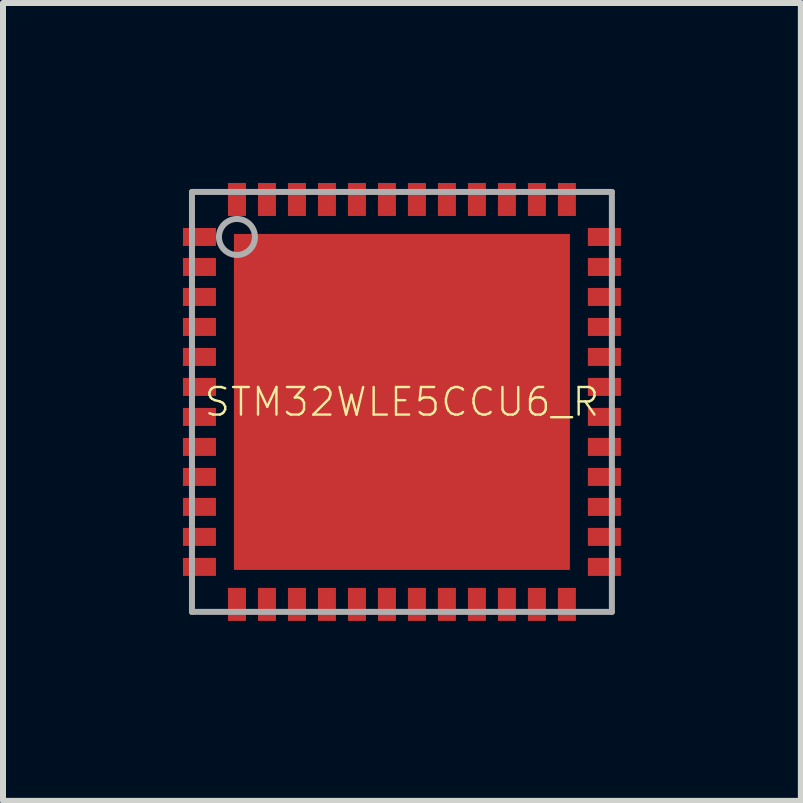
<source format=kicad_pcb>
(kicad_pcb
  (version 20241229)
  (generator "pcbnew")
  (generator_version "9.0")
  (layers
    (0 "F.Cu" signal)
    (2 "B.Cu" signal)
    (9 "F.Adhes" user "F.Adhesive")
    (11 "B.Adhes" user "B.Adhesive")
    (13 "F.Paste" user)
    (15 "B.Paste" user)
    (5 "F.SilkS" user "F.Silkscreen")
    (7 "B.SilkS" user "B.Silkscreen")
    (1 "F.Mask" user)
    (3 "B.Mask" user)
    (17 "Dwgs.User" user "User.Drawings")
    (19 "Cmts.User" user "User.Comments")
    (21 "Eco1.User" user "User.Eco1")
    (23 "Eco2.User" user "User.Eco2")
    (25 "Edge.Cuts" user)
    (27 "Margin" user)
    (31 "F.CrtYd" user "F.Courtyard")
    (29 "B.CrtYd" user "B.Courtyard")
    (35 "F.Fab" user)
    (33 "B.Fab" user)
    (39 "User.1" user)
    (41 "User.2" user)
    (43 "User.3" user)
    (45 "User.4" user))
  (footprint "STM32WLE5CCU6_R"
    (layer "F.Cu")
    (at 3.65 3.65)
    (property "Reference" "STM32WLE5CCU6_R" (at 0 0 0) (unlocked yes) (layer "F.SilkS") (effects (font (size 0.46 0.46) (thickness 0.04))))
    (fp_poly (pts (xy -3.1 -2.6) (xy -3.65 -2.6) (xy -3.65 -2.9) (xy -3.1 -2.9)) (stroke (width 0) (type default)) (fill yes) (layer "F.Paste"))
    (fp_poly (pts (xy -3.1 -2.1) (xy -3.65 -2.1) (xy -3.65 -2.4) (xy -3.1 -2.4)) (stroke (width 0) (type default)) (fill yes) (layer "F.Paste"))
    (fp_poly (pts (xy -3.1 -1.6) (xy -3.65 -1.6) (xy -3.65 -1.9) (xy -3.1 -1.9)) (stroke (width 0) (type default)) (fill yes) (layer "F.Paste"))
    (fp_poly (pts (xy -3.1 -1.1) (xy -3.65 -1.1) (xy -3.65 -1.4) (xy -3.1 -1.4)) (stroke (width 0) (type default)) (fill yes) (layer "F.Paste"))
    (fp_poly (pts (xy -3.1 -0.6) (xy -3.65 -0.6) (xy -3.65 -0.9) (xy -3.1 -0.9)) (stroke (width 0) (type default)) (fill yes) (layer "F.Paste"))
    (fp_poly (pts (xy -3.1 -0.1) (xy -3.65 -0.1) (xy -3.65 -0.4) (xy -3.1 -0.4)) (stroke (width 0) (type default)) (fill yes) (layer "F.Paste"))
    (fp_poly (pts (xy -3.1 0.4) (xy -3.65 0.4) (xy -3.65 0.1) (xy -3.1 0.1)) (stroke (width 0) (type default)) (fill yes) (layer "F.Paste"))
    (fp_poly (pts (xy -3.1 0.9) (xy -3.65 0.9) (xy -3.65 0.6) (xy -3.1 0.6)) (stroke (width 0) (type default)) (fill yes) (layer "F.Paste"))
    (fp_poly (pts (xy -3.1 1.4) (xy -3.65 1.4) (xy -3.65 1.1) (xy -3.1 1.1)) (stroke (width 0) (type default)) (fill yes) (layer "F.Paste"))
    (fp_poly (pts (xy -3.1 1.9) (xy -3.65 1.9) (xy -3.65 1.6) (xy -3.1 1.6)) (stroke (width 0) (type default)) (fill yes) (layer "F.Paste"))
    (fp_poly (pts (xy -3.1 2.4) (xy -3.65 2.4) (xy -3.65 2.1) (xy -3.1 2.1)) (stroke (width 0) (type default)) (fill yes) (layer "F.Paste"))
    (fp_poly (pts (xy -3.1 2.9) (xy -3.65 2.9) (xy -3.65 2.6) (xy -3.1 2.6)) (stroke (width 0) (type default)) (fill yes) (layer "F.Paste"))
    (fp_poly (pts (xy -2.6 -3.1) (xy -2.9 -3.1) (xy -2.9 -3.65) (xy -2.6 -3.65)) (stroke (width 0) (type default)) (fill yes) (layer "F.Paste"))
    (fp_poly (pts (xy -2.6 3.65) (xy -2.9 3.65) (xy -2.9 3.1) (xy -2.6 3.1)) (stroke (width 0) (type default)) (fill yes) (layer "F.Paste"))
    (fp_poly (pts (xy -2.1 -3.1) (xy -2.4 -3.1) (xy -2.4 -3.65) (xy -2.1 -3.65)) (stroke (width 0) (type default)) (fill yes) (layer "F.Paste"))
    (fp_poly (pts (xy -2.1 3.65) (xy -2.4 3.65) (xy -2.4 3.1) (xy -2.1 3.1)) (stroke (width 0) (type default)) (fill yes) (layer "F.Paste"))
    (fp_poly (pts (xy -1.6 -3.1) (xy -1.9 -3.1) (xy -1.9 -3.65) (xy -1.6 -3.65)) (stroke (width 0) (type default)) (fill yes) (layer "F.Paste"))
    (fp_poly (pts (xy -1.6 3.65) (xy -1.9 3.65) (xy -1.9 3.1) (xy -1.6 3.1)) (stroke (width 0) (type default)) (fill yes) (layer "F.Paste"))
    (fp_poly (pts (xy -1.1 -3.1) (xy -1.4 -3.1) (xy -1.4 -3.65) (xy -1.1 -3.65)) (stroke (width 0) (type default)) (fill yes) (layer "F.Paste"))
    (fp_poly (pts (xy -1.1 3.65) (xy -1.4 3.65) (xy -1.4 3.1) (xy -1.1 3.1)) (stroke (width 0) (type default)) (fill yes) (layer "F.Paste"))
    (fp_poly (pts (xy -1.05 -1.05) (xy -2.6 -1.05) (xy -2.6 -2.6) (xy -1.05 -2.6)) (stroke (width 0) (type default)) (fill yes) (layer "F.Paste"))
    (fp_poly (pts (xy -1.05 0.775) (xy -2.6 0.775) (xy -2.6 -0.775) (xy -1.05 -0.775)) (stroke (width 0) (type default)) (fill yes) (layer "F.Paste"))
    (fp_poly (pts (xy -1.05 2.6) (xy -2.6 2.6) (xy -2.6 1.05) (xy -1.05 1.05)) (stroke (width 0) (type default)) (fill yes) (layer "F.Paste"))
    (fp_poly (pts (xy -0.6 -3.1) (xy -0.9 -3.1) (xy -0.9 -3.65) (xy -0.6 -3.65)) (stroke (width 0) (type default)) (fill yes) (layer "F.Paste"))
    (fp_poly (pts (xy -0.6 3.65) (xy -0.9 3.65) (xy -0.9 3.1) (xy -0.6 3.1)) (stroke (width 0) (type default)) (fill yes) (layer "F.Paste"))
    (fp_poly (pts (xy -0.1 -3.1) (xy -0.4 -3.1) (xy -0.4 -3.65) (xy -0.1 -3.65)) (stroke (width 0) (type default)) (fill yes) (layer "F.Paste"))
    (fp_poly (pts (xy -0.1 3.65) (xy -0.4 3.65) (xy -0.4 3.1) (xy -0.1 3.1)) (stroke (width 0) (type default)) (fill yes) (layer "F.Paste"))
    (fp_poly (pts (xy 0.4 -3.1) (xy 0.1 -3.1) (xy 0.1 -3.65) (xy 0.4 -3.65)) (stroke (width 0) (type default)) (fill yes) (layer "F.Paste"))
    (fp_poly (pts (xy 0.4 3.65) (xy 0.1 3.65) (xy 0.1 3.1) (xy 0.4 3.1)) (stroke (width 0) (type default)) (fill yes) (layer "F.Paste"))
    (fp_poly (pts (xy 0.775 -1.05) (xy -0.775 -1.05) (xy -0.775 -2.6) (xy 0.775 -2.6)) (stroke (width 0) (type default)) (fill yes) (layer "F.Paste"))
    (fp_poly (pts (xy 0.775 0.775) (xy -0.775 0.775) (xy -0.775 -0.775) (xy 0.775 -0.775)) (stroke (width 0) (type default)) (fill yes) (layer "F.Paste"))
    (fp_poly (pts (xy 0.775 2.6) (xy -0.775 2.6) (xy -0.775 1.05) (xy 0.775 1.05)) (stroke (width 0) (type default)) (fill yes) (layer "F.Paste"))
    (fp_poly (pts (xy 0.9 -3.1) (xy 0.6 -3.1) (xy 0.6 -3.65) (xy 0.9 -3.65)) (stroke (width 0) (type default)) (fill yes) (layer "F.Paste"))
    (fp_poly (pts (xy 0.9 3.65) (xy 0.6 3.65) (xy 0.6 3.1) (xy 0.9 3.1)) (stroke (width 0) (type default)) (fill yes) (layer "F.Paste"))
    (fp_poly (pts (xy 1.4 -3.1) (xy 1.1 -3.1) (xy 1.1 -3.65) (xy 1.4 -3.65)) (stroke (width 0) (type default)) (fill yes) (layer "F.Paste"))
    (fp_poly (pts (xy 1.4 3.65) (xy 1.1 3.65) (xy 1.1 3.1) (xy 1.4 3.1)) (stroke (width 0) (type default)) (fill yes) (layer "F.Paste"))
    (fp_poly (pts (xy 1.9 -3.1) (xy 1.6 -3.1) (xy 1.6 -3.65) (xy 1.9 -3.65)) (stroke (width 0) (type default)) (fill yes) (layer "F.Paste"))
    (fp_poly (pts (xy 1.9 3.65) (xy 1.6 3.65) (xy 1.6 3.1) (xy 1.9 3.1)) (stroke (width 0) (type default)) (fill yes) (layer "F.Paste"))
    (fp_poly (pts (xy 2.4 -3.1) (xy 2.1 -3.1) (xy 2.1 -3.65) (xy 2.4 -3.65)) (stroke (width 0) (type default)) (fill yes) (layer "F.Paste"))
    (fp_poly (pts (xy 2.4 3.65) (xy 2.1 3.65) (xy 2.1 3.1) (xy 2.4 3.1)) (stroke (width 0) (type default)) (fill yes) (layer "F.Paste"))
    (fp_poly (pts (xy 2.6 -1.05) (xy 1.05 -1.05) (xy 1.05 -2.6) (xy 2.6 -2.6)) (stroke (width 0) (type default)) (fill yes) (layer "F.Paste"))
    (fp_poly (pts (xy 2.6 0.775) (xy 1.05 0.775) (xy 1.05 -0.775) (xy 2.6 -0.775)) (stroke (width 0) (type default)) (fill yes) (layer "F.Paste"))
    (fp_poly (pts (xy 2.6 2.6) (xy 1.05 2.6) (xy 1.05 1.05) (xy 2.6 1.05)) (stroke (width 0) (type default)) (fill yes) (layer "F.Paste"))
    (fp_poly (pts (xy 2.9 -3.1) (xy 2.6 -3.1) (xy 2.6 -3.65) (xy 2.9 -3.65)) (stroke (width 0) (type default)) (fill yes) (layer "F.Paste"))
    (fp_poly (pts (xy 2.9 3.65) (xy 2.6 3.65) (xy 2.6 3.1) (xy 2.9 3.1)) (stroke (width 0) (type default)) (fill yes) (layer "F.Paste"))
    (fp_poly (pts (xy 3.65 -2.6) (xy 3.1 -2.6) (xy 3.1 -2.9) (xy 3.65 -2.9)) (stroke (width 0) (type default)) (fill yes) (layer "F.Paste"))
    (fp_poly (pts (xy 3.65 -2.1) (xy 3.1 -2.1) (xy 3.1 -2.4) (xy 3.65 -2.4)) (stroke (width 0) (type default)) (fill yes) (layer "F.Paste"))
    (fp_poly (pts (xy 3.65 -1.6) (xy 3.1 -1.6) (xy 3.1 -1.9) (xy 3.65 -1.9)) (stroke (width 0) (type default)) (fill yes) (layer "F.Paste"))
    (fp_poly (pts (xy 3.65 -1.1) (xy 3.1 -1.1) (xy 3.1 -1.4) (xy 3.65 -1.4)) (stroke (width 0) (type default)) (fill yes) (layer "F.Paste"))
    (fp_poly (pts (xy 3.65 -0.6) (xy 3.1 -0.6) (xy 3.1 -0.9) (xy 3.65 -0.9)) (stroke (width 0) (type default)) (fill yes) (layer "F.Paste"))
    (fp_poly (pts (xy 3.65 -0.1) (xy 3.1 -0.1) (xy 3.1 -0.4) (xy 3.65 -0.4)) (stroke (width 0) (type default)) (fill yes) (layer "F.Paste"))
    (fp_poly (pts (xy 3.65 0.4) (xy 3.1 0.4) (xy 3.1 0.1) (xy 3.65 0.1)) (stroke (width 0) (type default)) (fill yes) (layer "F.Paste"))
    (fp_poly (pts (xy 3.65 0.9) (xy 3.1 0.9) (xy 3.1 0.6) (xy 3.65 0.6)) (stroke (width 0) (type default)) (fill yes) (layer "F.Paste"))
    (fp_poly (pts (xy 3.65 1.4) (xy 3.1 1.4) (xy 3.1 1.1) (xy 3.65 1.1)) (stroke (width 0) (type default)) (fill yes) (layer "F.Paste"))
    (fp_poly (pts (xy 3.65 1.9) (xy 3.1 1.9) (xy 3.1 1.6) (xy 3.65 1.6)) (stroke (width 0) (type default)) (fill yes) (layer "F.Paste"))
    (fp_poly (pts (xy 3.65 2.4) (xy 3.1 2.4) (xy 3.1 2.1) (xy 3.65 2.1)) (stroke (width 0) (type default)) (fill yes) (layer "F.Paste"))
    (fp_poly (pts (xy 3.65 2.9) (xy 3.1 2.9) (xy 3.1 2.6) (xy 3.65 2.6)) (stroke (width 0) (type default)) (fill yes) (layer "F.Paste"))
    (fp_line (start -3.5 -3.5) (end 3.5 -3.5) (stroke (width 0.1) (type solid)) (layer "F.Fab"))
    (fp_line (start -3.5 3.5) (end -3.5 -3.5) (stroke (width 0.1) (type solid)) (layer "F.Fab"))
    (fp_line (start 3.5 -3.5) (end 3.5 3.5) (stroke (width 0.1) (type solid)) (layer "F.Fab"))
    (fp_line (start 3.5 3.5) (end -3.5 3.5) (stroke (width 0.1) (type solid)) (layer "F.Fab"))
    (fp_circle (center -2.75 -2.75) (end -2.45 -2.75) (stroke (width 0.1) (type solid)) (fill no) (layer "F.Fab"))
    (pad "0" smd rect (at 0 0) (size 5.6 5.6) (layers "F.Cu" "F.Mask"))
    (pad "1" smd rect (at -3.375 -2.75) (size 0.55 0.3) (layers "F.Cu" "F.Mask"))
    (pad "2" smd rect (at -3.375 -2.25) (size 0.55 0.3) (layers "F.Cu" "F.Mask"))
    (pad "3" smd rect (at -3.375 -1.75) (size 0.55 0.3) (layers "F.Cu" "F.Mask"))
    (pad "4" smd rect (at -3.375 -1.25) (size 0.55 0.3) (layers "F.Cu" "F.Mask"))
    (pad "5" smd rect (at -3.375 -0.75) (size 0.55 0.3) (layers "F.Cu" "F.Mask"))
    (pad "6" smd rect (at -3.375 -0.25) (size 0.55 0.3) (layers "F.Cu" "F.Mask"))
    (pad "7" smd rect (at -3.375 0.25) (size 0.55 0.3) (layers "F.Cu" "F.Mask"))
    (pad "8" smd rect (at -3.375 0.75) (size 0.55 0.3) (layers "F.Cu" "F.Mask"))
    (pad "9" smd rect (at -3.375 1.25) (size 0.55 0.3) (layers "F.Cu" "F.Mask"))
    (pad "10" smd rect (at -3.375 1.75) (size 0.55 0.3) (layers "F.Cu" "F.Mask"))
    (pad "11" smd rect (at -3.375 2.25) (size 0.55 0.3) (layers "F.Cu" "F.Mask"))
    (pad "12" smd rect (at -3.375 2.75) (size 0.55 0.3) (layers "F.Cu" "F.Mask"))
    (pad "13" smd rect (at -2.75 3.375 90) (size 0.55 0.3) (layers "F.Cu" "F.Mask"))
    (pad "14" smd rect (at -2.25 3.375 90) (size 0.55 0.3) (layers "F.Cu" "F.Mask"))
    (pad "15" smd rect (at -1.75 3.375 90) (size 0.55 0.3) (layers "F.Cu" "F.Mask"))
    (pad "16" smd rect (at -1.25 3.375 90) (size 0.55 0.3) (layers "F.Cu" "F.Mask"))
    (pad "17" smd rect (at -0.75 3.375 90) (size 0.55 0.3) (layers "F.Cu" "F.Mask"))
    (pad "18" smd rect (at -0.25 3.375 90) (size 0.55 0.3) (layers "F.Cu" "F.Mask"))
    (pad "19" smd rect (at 0.25 3.375 90) (size 0.55 0.3) (layers "F.Cu" "F.Mask"))
    (pad "20" smd rect (at 0.75 3.375 90) (size 0.55 0.3) (layers "F.Cu" "F.Mask"))
    (pad "21" smd rect (at 1.25 3.375 90) (size 0.55 0.3) (layers "F.Cu" "F.Mask"))
    (pad "22" smd rect (at 1.75 3.375 90) (size 0.55 0.3) (layers "F.Cu" "F.Mask"))
    (pad "23" smd rect (at 2.25 3.375 90) (size 0.55 0.3) (layers "F.Cu" "F.Mask"))
    (pad "24" smd rect (at 2.75 3.375 90) (size 0.55 0.3) (layers "F.Cu" "F.Mask"))
    (pad "25" smd rect (at 3.375 2.75 180) (size 0.55 0.3) (layers "F.Cu" "F.Mask"))
    (pad "26" smd rect (at 3.375 2.25 180) (size 0.55 0.3) (layers "F.Cu" "F.Mask"))
    (pad "27" smd rect (at 3.375 1.75 180) (size 0.55 0.3) (layers "F.Cu" "F.Mask"))
    (pad "28" smd rect (at 3.375 1.25 180) (size 0.55 0.3) (layers "F.Cu" "F.Mask"))
    (pad "29" smd rect (at 3.375 0.75 180) (size 0.55 0.3) (layers "F.Cu" "F.Mask"))
    (pad "30" smd rect (at 3.375 0.25 180) (size 0.55 0.3) (layers "F.Cu" "F.Mask"))
    (pad "31" smd rect (at 3.375 -0.25 180) (size 0.55 0.3) (layers "F.Cu" "F.Mask"))
    (pad "32" smd rect (at 3.375 -0.75 180) (size 0.55 0.3) (layers "F.Cu" "F.Mask"))
    (pad "33" smd rect (at 3.375 -1.25 180) (size 0.55 0.3) (layers "F.Cu" "F.Mask"))
    (pad "34" smd rect (at 3.375 -1.75 180) (size 0.55 0.3) (layers "F.Cu" "F.Mask"))
    (pad "35" smd rect (at 3.375 -2.25 180) (size 0.55 0.3) (layers "F.Cu" "F.Mask"))
    (pad "36" smd rect (at 3.375 -2.75 180) (size 0.55 0.3) (layers "F.Cu" "F.Mask"))
    (pad "37" smd rect (at 2.75 -3.375 270) (size 0.55 0.3) (layers "F.Cu" "F.Mask"))
    (pad "38" smd rect (at 2.25 -3.375 270) (size 0.55 0.3) (layers "F.Cu" "F.Mask"))
    (pad "39" smd rect (at 1.75 -3.375 270) (size 0.55 0.3) (layers "F.Cu" "F.Mask"))
    (pad "40" smd rect (at 1.25 -3.375 270) (size 0.55 0.3) (layers "F.Cu" "F.Mask"))
    (pad "41" smd rect (at 0.75 -3.375 270) (size 0.55 0.3) (layers "F.Cu" "F.Mask"))
    (pad "42" smd rect (at 0.25 -3.375 270) (size 0.55 0.3) (layers "F.Cu" "F.Mask"))
    (pad "43" smd rect (at -0.25 -3.375 270) (size 0.55 0.3) (layers "F.Cu" "F.Mask"))
    (pad "44" smd rect (at -0.75 -3.375 270) (size 0.55 0.3) (layers "F.Cu" "F.Mask"))
    (pad "45" smd rect (at -1.25 -3.375 270) (size 0.55 0.3) (layers "F.Cu" "F.Mask"))
    (pad "46" smd rect (at -1.75 -3.375 270) (size 0.55 0.3) (layers "F.Cu" "F.Mask"))
    (pad "47" smd rect (at -2.25 -3.375 270) (size 0.55 0.3) (layers "F.Cu" "F.Mask"))
    (pad "48" smd rect (at -2.75 -3.375 270) (size 0.55 0.3) (layers "F.Cu" "F.Mask")))
  (gr_rect
    (start -3 -3)
    (end 10.3 10.3)
    (stroke (width 0.1) (type default))
    (fill no)
    (layer "Edge.Cuts")))
</source>
